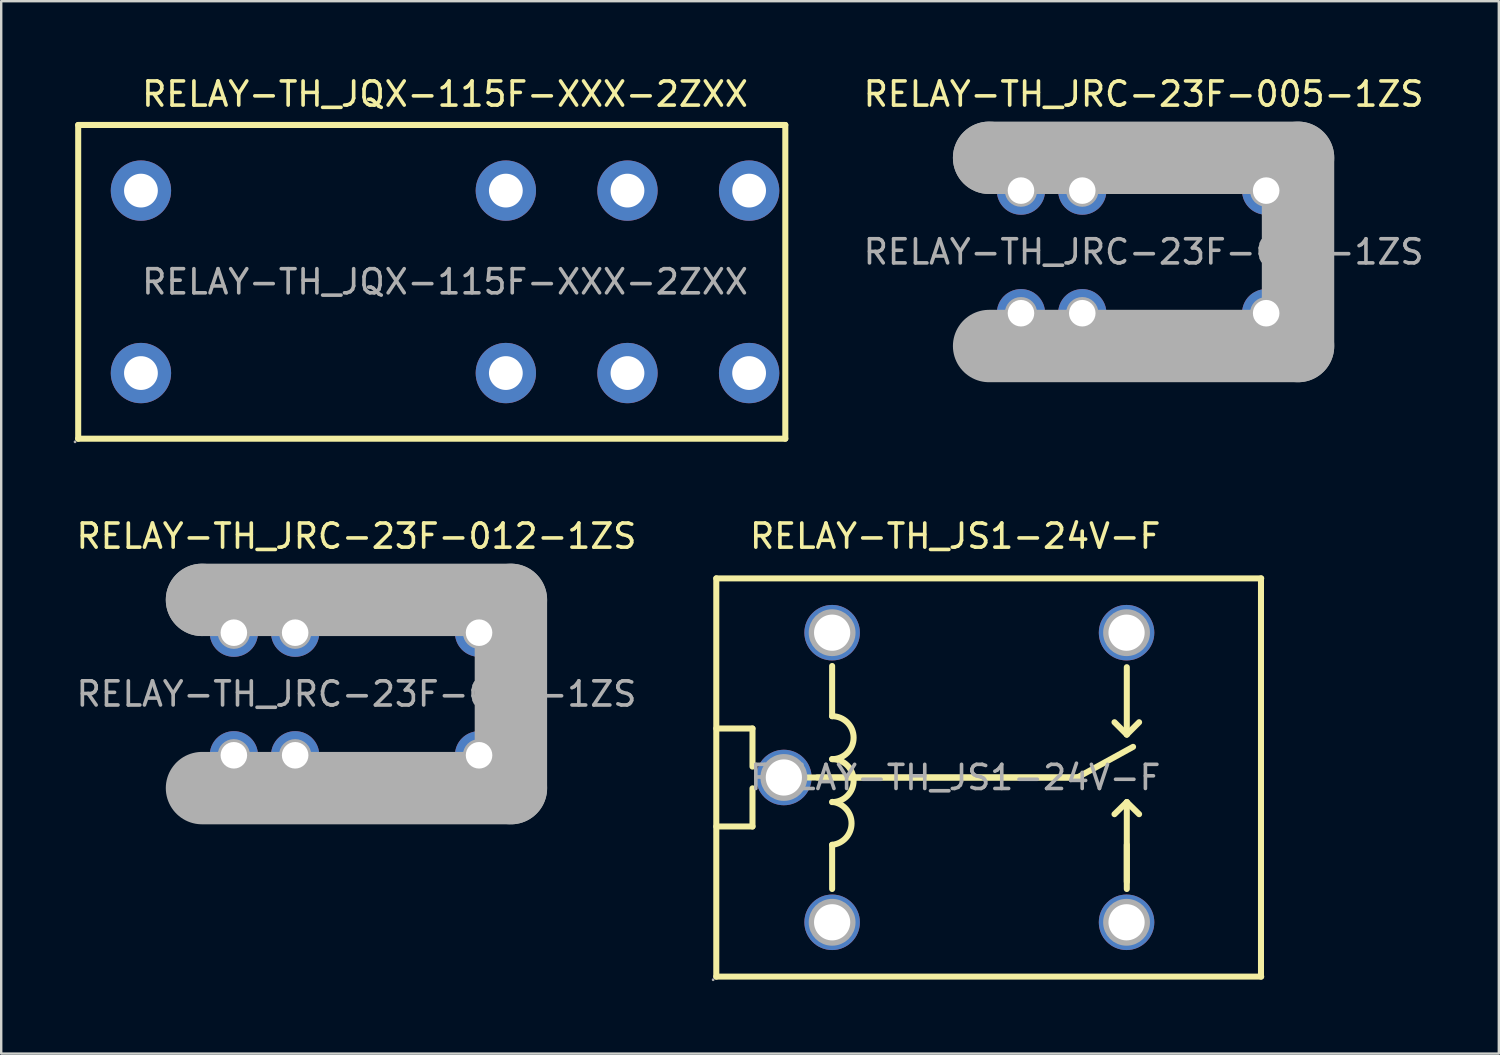
<source format=kicad_pcb>
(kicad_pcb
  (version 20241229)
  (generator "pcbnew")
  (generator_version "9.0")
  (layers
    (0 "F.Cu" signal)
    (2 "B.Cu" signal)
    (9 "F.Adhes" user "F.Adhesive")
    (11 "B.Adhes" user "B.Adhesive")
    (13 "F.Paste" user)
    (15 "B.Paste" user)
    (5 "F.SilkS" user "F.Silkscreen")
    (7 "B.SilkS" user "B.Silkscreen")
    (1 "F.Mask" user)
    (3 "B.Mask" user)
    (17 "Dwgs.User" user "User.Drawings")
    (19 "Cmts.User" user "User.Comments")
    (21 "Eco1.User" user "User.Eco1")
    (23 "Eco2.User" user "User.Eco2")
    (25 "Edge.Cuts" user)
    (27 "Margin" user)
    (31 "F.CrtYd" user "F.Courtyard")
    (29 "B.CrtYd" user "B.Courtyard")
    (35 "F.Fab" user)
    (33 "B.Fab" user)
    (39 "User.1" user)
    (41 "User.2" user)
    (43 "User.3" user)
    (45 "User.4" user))
  (footprint "RELAY-TH_JS1-24V-F"
    (layer "F.Cu")
    (at 36.53 29.166)
    (property "Reference" "RELAY-TH_JS1-24V-F" (at 0 -10 0) (layer "F.SilkS") (effects (font (size 1 1) (thickness 0.15))))
    (attr through_hole)
    (fp_line (start -9.9 8.25) (end -9.9 -8.25) (stroke (width 0.25) (type solid)) (layer "F.SilkS"))
    (fp_line (start -9.9 8.25) (end 12.68 8.25) (stroke (width 0.25) (type solid)) (layer "F.SilkS"))
    (fp_line (start -8.4 -2.03) (end -9.9 -2.03) (stroke (width 0.25) (type solid)) (layer "F.SilkS"))
    (fp_line (start -8.4 -0.45) (end -8.4 -2.03) (stroke (width 0.25) (type solid)) (layer "F.SilkS"))
    (fp_line (start -8.4 2.03) (end -9.9 2.03) (stroke (width 0.25) (type solid)) (layer "F.SilkS"))
    (fp_line (start -8.4 2.03) (end -8.4 0.45) (stroke (width 0.25) (type solid)) (layer "F.SilkS"))
    (fp_line (start -6.12 0) (end 5.06 0) (stroke (width 0.25) (type solid)) (layer "F.SilkS"))
    (fp_line (start -5.1 -2.54) (end -5.1 -4.62) (stroke (width 0.25) (type solid)) (layer "F.SilkS"))
    (fp_line (start -5.1 2.79) (end -5.1 4.62) (stroke (width 0.25) (type solid)) (layer "F.SilkS"))
    (fp_line (start 5.06 0) (end -5.72 0) (stroke (width 0.25) (type solid)) (layer "F.SilkS"))
    (fp_line (start 5.06 0) (end 7.37 -1.27) (stroke (width 0.25) (type solid)) (layer "F.SilkS"))
    (fp_line (start 7.11 -4.57) (end 7.11 -1.78) (stroke (width 0.25) (type solid)) (layer "F.SilkS"))
    (fp_line (start 7.11 -1.78) (end 6.6 -2.29) (stroke (width 0.25) (type solid)) (layer "F.SilkS"))
    (fp_line (start 7.11 -1.78) (end 7.62 -2.29) (stroke (width 0.25) (type solid)) (layer "F.SilkS"))
    (fp_line (start 7.11 1.02) (end 6.6 1.52) (stroke (width 0.25) (type solid)) (layer "F.SilkS"))
    (fp_line (start 7.11 1.02) (end 7.62 1.52) (stroke (width 0.25) (type solid)) (layer "F.SilkS"))
    (fp_line (start 7.11 2.79) (end 7.11 4.62) (stroke (width 0.25) (type solid)) (layer "F.SilkS"))
    (fp_line (start 7.11 4.32) (end 7.11 1.02) (stroke (width 0.25) (type solid)) (layer "F.SilkS"))
    (fp_line (start 12.67 -8.25) (end 12.67 8.25) (stroke (width 0.25) (type solid)) (layer "F.SilkS"))
    (fp_line (start 12.68 -8.25) (end -9.9 -8.25) (stroke (width 0.25) (type solid)) (layer "F.SilkS"))
    (fp_arc (start -5.1 -2.54) (mid -4.21 -1.65) (end -5.1 -0.76) (stroke (width 0.25) (type solid)) (layer "F.SilkS"))
    (fp_arc (start -5.1 -0.76) (mid -4.21 0.13) (end -5.1 1.02) (stroke (width 0.25) (type solid)) (layer "F.SilkS"))
    (fp_arc (start -5.090664 1.010994) (mid -4.295474 1.904694) (end -5.1 2.79) (stroke (width 0.25) (type solid)) (layer "F.SilkS"))
    (fp_circle (center -10.03 8.38) (end -10 8.38) (stroke (width 0.06) (type solid)) (fill no) (layer "F.Fab"))
    (fp_circle (center -7.1 0) (end -6.78 0) (stroke (width 0.65) (type solid)) (fill no) (layer "F.Fab"))
    (fp_circle (center -5.1 -6) (end -4.78 -6) (stroke (width 0.65) (type solid)) (fill no) (layer "F.Fab"))
    (fp_circle (center -5.1 6) (end -4.78 6) (stroke (width 0.65) (type solid)) (fill no) (layer "F.Fab"))
    (fp_circle (center 7.1 -6) (end 7.42 -6) (stroke (width 0.65) (type solid)) (fill no) (layer "F.Fab"))
    (fp_circle (center 7.1 6) (end 7.42 6) (stroke (width 0.65) (type solid)) (fill no) (layer "F.Fab"))
    (fp_text user "${REFERENCE}" (at 0 0 0) (layer "F.Fab") (effects (font (size 1 1) (thickness 0.15))))
    (pad "1" thru_hole circle (at -7.1 0) (size 2.3 2.3) (drill 1.5) (layers "*.Cu" "*.Paste" "*.Mask"))
    (pad "2" thru_hole circle (at -5.1 6) (size 2.3 2.3) (drill 1.5) (layers "*.Cu" "*.Paste" "*.Mask"))
    (pad "3" thru_hole circle (at 7.1 6) (size 2.3 2.3) (drill 1.5) (layers "*.Cu" "*.Paste" "*.Mask"))
    (pad "4" thru_hole circle (at 7.1 -6) (size 2.3 2.3) (drill 1.5) (layers "*.Cu" "*.Paste" "*.Mask"))
    (pad "5" thru_hole circle (at -5.1 -6) (size 2.3 2.3) (drill 1.5) (layers "*.Cu" "*.Paste" "*.Mask")))
  (footprint "RELAY-TH_JRC-23F-005-1ZS"
    (layer "F.Cu")
    (at 44.335 7.388)
    (property "Reference" "RELAY-TH_JRC-23F-005-1ZS" (at 0 -6.54 0) (layer "F.SilkS") (effects (font (size 1 1) (thickness 0.15))))
    (attr through_hole)
    (fp_line (start -6.4 -3.9) (end -6.4 -3.9) (stroke (width 3) (type solid)) (layer "F.Fab"))
    (fp_line (start -6.4 -3.9) (end 6.4 -3.9) (stroke (width 3) (type solid)) (layer "F.Fab"))
    (fp_line (start 6.4 -3.9) (end 6.4 3.9) (stroke (width 3) (type solid)) (layer "F.Fab"))
    (fp_line (start 6.4 3.9) (end -6.4 3.9) (stroke (width 3) (type solid)) (layer "F.Fab"))
    (fp_circle (center -6.53 -4.03) (end -6.5 -4.03) (stroke (width 0.06) (type solid)) (fill no) (layer "F.Fab"))
    (fp_circle (center -5.08 -2.54) (end -4.86 -2.54) (stroke (width 0.45) (type solid)) (fill no) (layer "F.Fab"))
    (fp_circle (center -5.08 2.54) (end -4.86 2.54) (stroke (width 0.45) (type solid)) (fill no) (layer "F.Fab"))
    (fp_circle (center -2.54 -2.54) (end -2.32 -2.54) (stroke (width 0.45) (type solid)) (fill no) (layer "F.Fab"))
    (fp_circle (center -2.54 2.54) (end -2.32 2.54) (stroke (width 0.45) (type solid)) (fill no) (layer "F.Fab"))
    (fp_circle (center 5.08 -2.54) (end 5.3 -2.54) (stroke (width 0.45) (type solid)) (fill no) (layer "F.Fab"))
    (fp_circle (center 5.08 2.54) (end 5.3 2.54) (stroke (width 0.45) (type solid)) (fill no) (layer "F.Fab"))
    (fp_text user "${REFERENCE}" (at 0 0 0) (layer "F.Fab") (effects (font (size 1 1) (thickness 0.15))))
    (pad "1" thru_hole circle (at -2.54 -2.54) (size 2 2) (drill 1.1) (layers "*.Cu" "*.Paste" "*.Mask"))
    (pad "2" thru_hole circle (at -2.54 2.54) (size 2 2) (drill 1.1) (layers "*.Cu" "*.Paste" "*.Mask"))
    (pad "3" thru_hole circle (at 5.08 2.54) (size 2 2) (drill 1.1) (layers "*.Cu" "*.Paste" "*.Mask"))
    (pad "4" thru_hole circle (at 5.08 -2.54) (size 2 2) (drill 1.1) (layers "*.Cu" "*.Paste" "*.Mask"))
    (pad "5" thru_hole circle (at -5.08 -2.54) (size 2 2) (drill 1.1) (layers "*.Cu" "*.Paste" "*.Mask"))
    (pad "6" thru_hole circle (at -5.08 2.54) (size 2 2) (drill 1.1) (layers "*.Cu" "*.Paste" "*.Mask")))
  (footprint "RELAY-TH_JRC-23F-012-1ZS"
    (layer "F.Cu")
    (at 11.72 25.706)
    (property "Reference" "RELAY-TH_JRC-23F-012-1ZS" (at 0 -6.54 0) (layer "F.SilkS") (effects (font (size 1 1) (thickness 0.15))))
    (attr through_hole)
    (fp_line (start -6.4 -3.9) (end -6.4 -3.9) (stroke (width 3) (type solid)) (layer "F.Fab"))
    (fp_line (start -6.4 -3.9) (end 6.4 -3.9) (stroke (width 3) (type solid)) (layer "F.Fab"))
    (fp_line (start 6.4 -3.9) (end 6.4 3.9) (stroke (width 3) (type solid)) (layer "F.Fab"))
    (fp_line (start 6.4 3.9) (end -6.4 3.9) (stroke (width 3) (type solid)) (layer "F.Fab"))
    (fp_circle (center -6.53 -4.03) (end -6.5 -4.03) (stroke (width 0.06) (type solid)) (fill no) (layer "F.Fab"))
    (fp_circle (center -5.08 -2.54) (end -4.86 -2.54) (stroke (width 0.45) (type solid)) (fill no) (layer "F.Fab"))
    (fp_circle (center -5.08 2.54) (end -4.86 2.54) (stroke (width 0.45) (type solid)) (fill no) (layer "F.Fab"))
    (fp_circle (center -2.54 -2.54) (end -2.32 -2.54) (stroke (width 0.45) (type solid)) (fill no) (layer "F.Fab"))
    (fp_circle (center -2.54 2.54) (end -2.32 2.54) (stroke (width 0.45) (type solid)) (fill no) (layer "F.Fab"))
    (fp_circle (center 5.08 -2.54) (end 5.3 -2.54) (stroke (width 0.45) (type solid)) (fill no) (layer "F.Fab"))
    (fp_circle (center 5.08 2.54) (end 5.3 2.54) (stroke (width 0.45) (type solid)) (fill no) (layer "F.Fab"))
    (fp_text user "${REFERENCE}" (at 0 0 0) (layer "F.Fab") (effects (font (size 1 1) (thickness 0.15))))
    (pad "1" thru_hole circle (at -2.54 -2.54) (size 2 2) (drill 1.1) (layers "*.Cu" "*.Paste" "*.Mask"))
    (pad "2" thru_hole circle (at -2.54 2.54) (size 2 2) (drill 1.1) (layers "*.Cu" "*.Paste" "*.Mask"))
    (pad "3" thru_hole circle (at 5.08 2.54) (size 2 2) (drill 1.1) (layers "*.Cu" "*.Paste" "*.Mask"))
    (pad "4" thru_hole circle (at 5.08 -2.54) (size 2 2) (drill 1.1) (layers "*.Cu" "*.Paste" "*.Mask"))
    (pad "5" thru_hole circle (at -5.08 -2.54) (size 2 2) (drill 1.1) (layers "*.Cu" "*.Paste" "*.Mask"))
    (pad "6" thru_hole circle (at -5.08 2.54) (size 2 2) (drill 1.1) (layers "*.Cu" "*.Paste" "*.Mask")))
  (footprint "RELAY-TH_JQX-115F-XXX-2ZXX"
    (layer "F.Cu")
    (at 15.39 8.628)
    (property "Reference" "RELAY-TH_JQX-115F-XXX-2ZXX" (at 0 -7.78 0) (layer "F.SilkS") (effects (font (size 1 1) (thickness 0.15))))
    (attr through_hole)
    (fp_line (start -15.2 -6.5) (end -15.2 6.5) (stroke (width 0.25) (type solid)) (layer "F.SilkS"))
    (fp_line (start -15.2 -6.5) (end 14.1 -6.5) (stroke (width 0.25) (type solid)) (layer "F.SilkS"))
    (fp_line (start -15.2 6.5) (end 14.1 6.5) (stroke (width 0.25) (type solid)) (layer "F.SilkS"))
    (fp_line (start 14.1 -6.5) (end 14.1 6.5) (stroke (width 0.25) (type solid)) (layer "F.SilkS"))
    (fp_circle (center -15.33 6.63) (end -15.3 6.63) (stroke (width 0.06) (type solid)) (fill no) (layer "F.Fab"))
    (fp_circle (center -12.6 -3.78) (end -12.3 -3.78) (stroke (width 0.6) (type solid)) (fill no) (layer "F.Fab"))
    (fp_circle (center -12.6 3.78) (end -12.3 3.78) (stroke (width 0.6) (type solid)) (fill no) (layer "F.Fab"))
    (fp_circle (center 2.52 -3.78) (end 2.82 -3.78) (stroke (width 0.6) (type solid)) (fill no) (layer "F.Fab"))
    (fp_circle (center 2.52 3.78) (end 2.82 3.78) (stroke (width 0.6) (type solid)) (fill no) (layer "F.Fab"))
    (fp_circle (center 7.56 -3.78) (end 7.86 -3.78) (stroke (width 0.6) (type solid)) (fill no) (layer "F.Fab"))
    (fp_circle (center 7.56 3.78) (end 7.86 3.78) (stroke (width 0.6) (type solid)) (fill no) (layer "F.Fab"))
    (fp_circle (center 12.6 -3.78) (end 12.9 -3.78) (stroke (width 0.6) (type solid)) (fill no) (layer "F.Fab"))
    (fp_circle (center 12.6 3.78) (end 12.9 3.78) (stroke (width 0.6) (type solid)) (fill no) (layer "F.Fab"))
    (fp_text user "${REFERENCE}" (at 0 0 0) (layer "F.Fab") (effects (font (size 1 1) (thickness 0.15))))
    (pad "1" thru_hole circle (at -12.6 3.78) (size 2.5 2.5) (drill 1.4) (layers "*.Cu" "*.Paste" "*.Mask"))
    (pad "2" thru_hole circle (at -12.6 -3.78) (size 2.5 2.5) (drill 1.4) (layers "*.Cu" "*.Paste" "*.Mask"))
    (pad "3" thru_hole circle (at 2.52 3.78) (size 2.5 2.5) (drill 1.4) (layers "*.Cu" "*.Paste" "*.Mask"))
    (pad "4" thru_hole circle (at 2.52 -3.78) (size 2.5 2.5) (drill 1.4) (layers "*.Cu" "*.Paste" "*.Mask"))
    (pad "5" thru_hole circle (at 7.56 3.78) (size 2.5 2.5) (drill 1.4) (layers "*.Cu" "*.Paste" "*.Mask"))
    (pad "6" thru_hole circle (at 7.56 -3.78) (size 2.5 2.5) (drill 1.4) (layers "*.Cu" "*.Paste" "*.Mask"))
    (pad "7" thru_hole circle (at 12.6 3.78) (size 2.5 2.5) (drill 1.4) (layers "*.Cu" "*.Paste" "*.Mask"))
    (pad "8" thru_hole circle (at 12.6 -3.78) (size 2.5 2.5) (drill 1.4) (layers "*.Cu" "*.Paste" "*.Mask")))
  (gr_rect
    (start -3 -3)
    (end 59.055 40.606)
    (stroke (width 0.1) (type default))
    (fill no)
    (layer "Edge.Cuts")))
</source>
